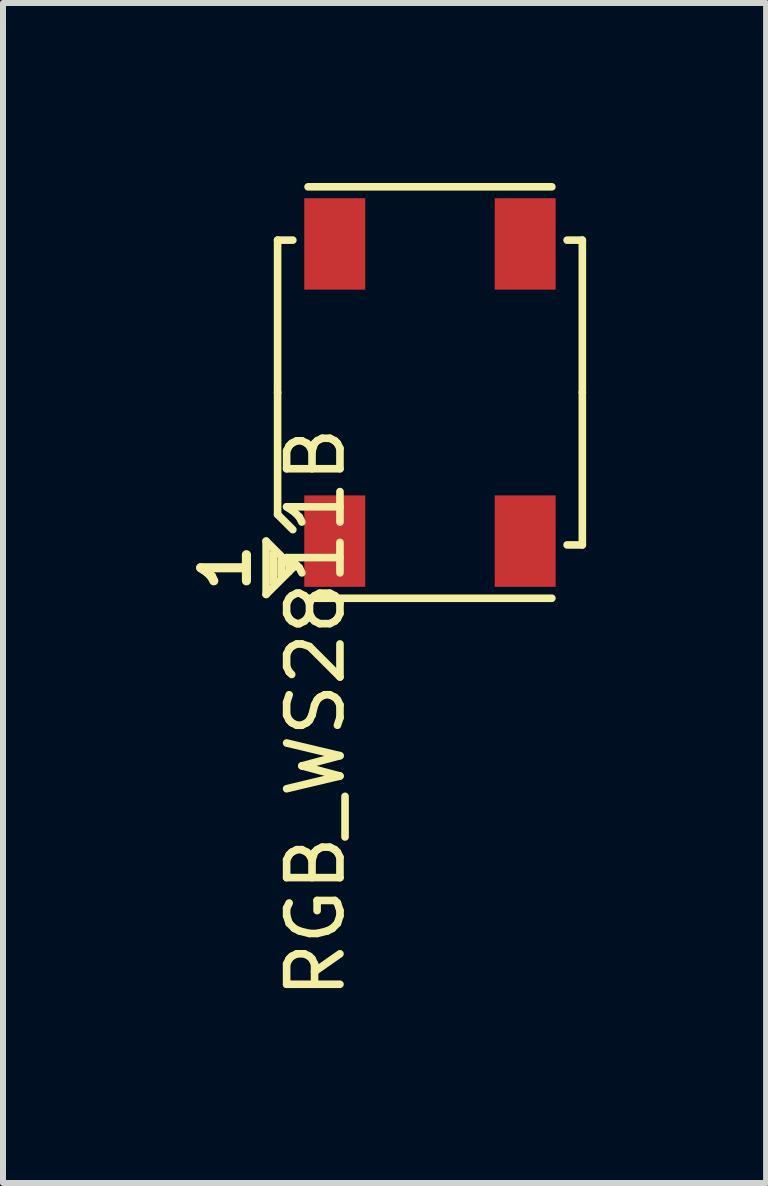
<source format=kicad_pcb>
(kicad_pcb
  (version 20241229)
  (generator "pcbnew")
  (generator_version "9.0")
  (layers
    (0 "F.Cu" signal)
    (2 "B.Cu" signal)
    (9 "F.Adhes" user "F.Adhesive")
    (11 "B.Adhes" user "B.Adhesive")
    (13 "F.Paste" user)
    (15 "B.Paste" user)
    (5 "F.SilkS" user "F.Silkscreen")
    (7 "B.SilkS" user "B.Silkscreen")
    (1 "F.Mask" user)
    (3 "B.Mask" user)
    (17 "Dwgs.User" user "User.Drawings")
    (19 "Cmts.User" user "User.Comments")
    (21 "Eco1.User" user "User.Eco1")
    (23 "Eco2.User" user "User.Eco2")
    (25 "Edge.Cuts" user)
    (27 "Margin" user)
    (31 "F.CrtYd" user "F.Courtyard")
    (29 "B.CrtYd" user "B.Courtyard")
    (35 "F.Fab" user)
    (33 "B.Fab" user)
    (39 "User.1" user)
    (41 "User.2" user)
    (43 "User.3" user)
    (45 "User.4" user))
  (footprint "RGB_WS2811B"
    (layer "F.Cu")
    (at 4.117 3.493)
    (property "Reference" "RGB_WS2811B" (at -1.905 5.334 90) (layer "F.SilkS") (effects (font (size 0.889 0.889) (thickness 0.127))))
    (attr through_hole)
    (fp_line (start -2.731 2.477) (end -2.286 2.921) (stroke (width 0.127) (type solid)) (layer "F.SilkS"))
    (fp_line (start -2.731 3.365) (end -2.731 2.477) (stroke (width 0.127) (type solid)) (layer "F.SilkS"))
    (fp_line (start -2.603 2.667) (end -2.603 3.175) (stroke (width 0.127) (type solid)) (layer "F.SilkS"))
    (fp_line (start -2.54 -2.54) (end -2.286 -2.54) (stroke (width 0.127) (type solid)) (layer "F.SilkS"))
    (fp_line (start -2.54 0) (end -2.54 -2.54) (stroke (width 0.127) (type solid)) (layer "F.SilkS"))
    (fp_line (start -2.54 2.032) (end -2.54 0) (stroke (width 0.127) (type solid)) (layer "F.SilkS"))
    (fp_line (start -2.54 2.032) (end -2.286 2.286) (stroke (width 0.127) (type solid)) (layer "F.SilkS"))
    (fp_line (start -2.477 2.794) (end -2.477 3.048) (stroke (width 0.127) (type solid)) (layer "F.SilkS"))
    (fp_line (start -2.349 2.857) (end -2.349 2.985) (stroke (width 0.127) (type solid)) (layer "F.SilkS"))
    (fp_line (start -2.286 2.921) (end -2.731 3.365) (stroke (width 0.127) (type solid)) (layer "F.SilkS"))
    (fp_line (start -2.032 -3.429) (end 2.032 -3.429) (stroke (width 0.127) (type solid)) (layer "F.SilkS"))
    (fp_line (start -2.032 3.429) (end 2.032 3.429) (stroke (width 0.127) (type solid)) (layer "F.SilkS"))
    (fp_line (start 2.54 -2.54) (end 2.286 -2.54) (stroke (width 0.127) (type solid)) (layer "F.SilkS"))
    (fp_line (start 2.54 -2.54) (end 2.54 0) (stroke (width 0.127) (type solid)) (layer "F.SilkS"))
    (fp_line (start 2.54 0) (end 2.54 2.54) (stroke (width 0.127) (type solid)) (layer "F.SilkS"))
    (fp_line (start 2.54 2.54) (end 2.286 2.54) (stroke (width 0.127) (type solid)) (layer "F.SilkS"))
    (fp_text user "1" (at -3.404 2.921 90) (layer "F.SilkS") (effects (font (size 0.762 0.762) (thickness 0.152))))
    (pad "1" smd rect (at 1.587 -2.477) (size 1.016 1.524) (layers "F.Cu" "F.Mask" "F.Paste"))
    (pad "2" smd rect (at -1.587 -2.477) (size 1.016 1.524) (layers "F.Cu" "F.Mask" "F.Paste"))
    (pad "3" smd rect (at -1.587 2.477) (size 1.016 1.524) (layers "F.Cu" "F.Mask" "F.Paste"))
    (pad "4" smd rect (at 1.587 2.477) (size 1.016 1.524) (layers "F.Cu" "F.Mask" "F.Paste")))
  (gr_rect
    (start -3 -3)
    (end 9.72 16.669)
    (stroke (width 0.1) (type default))
    (fill no)
    (layer "Edge.Cuts")))
</source>
